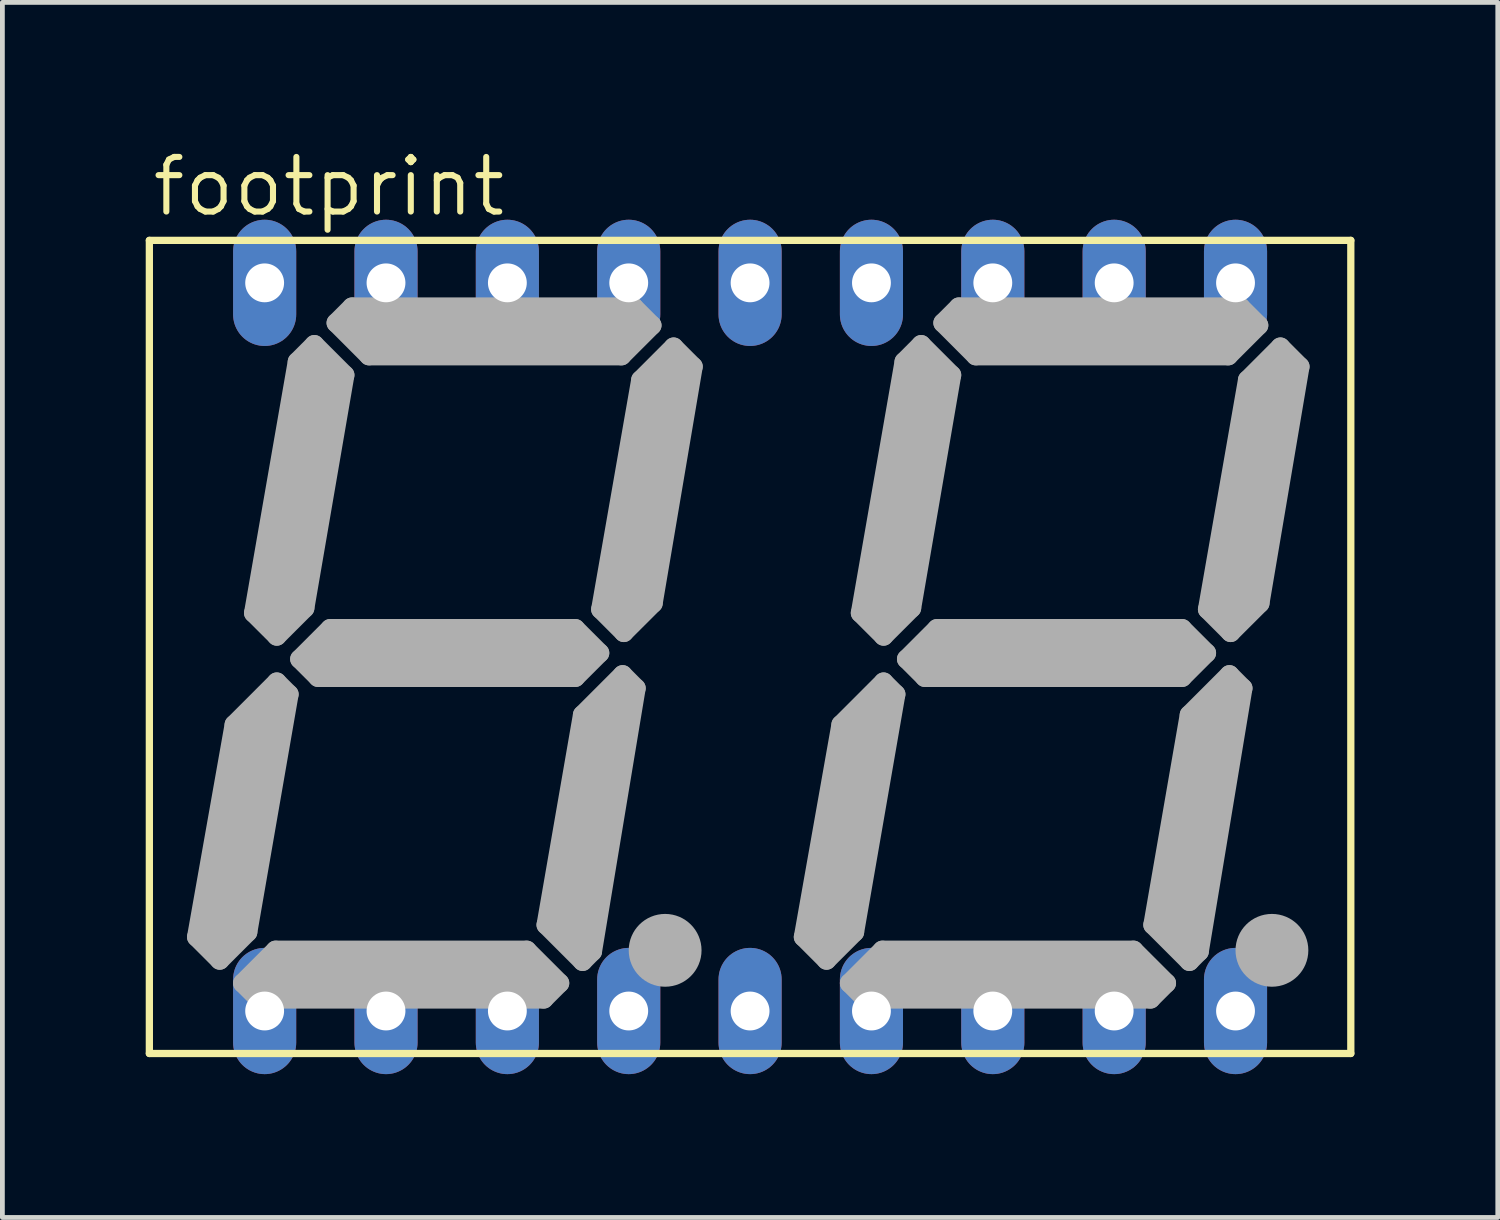
<source format=kicad_pcb>
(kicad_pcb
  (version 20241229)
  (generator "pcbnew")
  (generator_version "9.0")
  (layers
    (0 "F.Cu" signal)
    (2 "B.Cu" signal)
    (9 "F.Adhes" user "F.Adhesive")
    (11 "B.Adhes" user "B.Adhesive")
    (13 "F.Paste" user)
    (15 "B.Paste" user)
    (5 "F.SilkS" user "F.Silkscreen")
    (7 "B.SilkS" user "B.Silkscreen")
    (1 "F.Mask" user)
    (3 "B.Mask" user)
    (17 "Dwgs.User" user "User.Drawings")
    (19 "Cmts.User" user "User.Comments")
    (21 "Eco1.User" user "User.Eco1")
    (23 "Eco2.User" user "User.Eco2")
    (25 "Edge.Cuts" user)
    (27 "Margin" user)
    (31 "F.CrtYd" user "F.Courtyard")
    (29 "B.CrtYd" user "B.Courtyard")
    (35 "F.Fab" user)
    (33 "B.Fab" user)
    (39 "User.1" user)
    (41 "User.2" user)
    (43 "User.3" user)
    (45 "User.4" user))
  (footprint "footprint"
    (layer "F.Cu")
    (at 12.649 10.49)
    (property "Reference" "footprint" (at -12.573 -8.966 0) (layer "F.SilkS") (effects (font (size 1.143 1.143) (thickness 0.127)) (justify left bottom)))
    (fp_line (start -12.573 -8.509) (end -12.573 8.509) (stroke (width 0.152) (type solid)) (layer "F.SilkS"))
    (fp_line (start -12.573 -8.509) (end 12.573 -8.509) (stroke (width 0.152) (type solid)) (layer "F.SilkS"))
    (fp_line (start 12.573 8.509) (end -12.573 8.509) (stroke (width 0.152) (type solid)) (layer "F.SilkS"))
    (fp_line (start 12.573 8.509) (end 12.573 -8.509) (stroke (width 0.152) (type solid)) (layer "F.SilkS"))
    (fp_line (start -11.582 6.071) (end -11.1 6.553) (stroke (width 0.406) (type solid)) (layer "F.Fab"))
    (fp_line (start -11.1 6.553) (end -10.516 5.969) (stroke (width 0.406) (type solid)) (layer "F.Fab"))
    (fp_line (start -10.998 5.944) (end -10.135 1.295) (stroke (width 0.813) (type solid)) (layer "F.Fab"))
    (fp_line (start -10.795 1.626) (end -11.582 6.071) (stroke (width 0.406) (type solid)) (layer "F.Fab"))
    (fp_line (start -10.617 7.036) (end -9.931 6.35) (stroke (width 0.406) (type solid)) (layer "F.Fab"))
    (fp_line (start -10.516 5.969) (end -9.652 0.991) (stroke (width 0.406) (type solid)) (layer "F.Fab"))
    (fp_line (start -10.389 -0.711) (end -9.474 -5.969) (stroke (width 0.406) (type solid)) (layer "F.Fab"))
    (fp_line (start -10.287 7.366) (end -10.617 7.036) (stroke (width 0.406) (type solid)) (layer "F.Fab"))
    (fp_line (start -9.931 6.35) (end -4.674 6.35) (stroke (width 0.406) (type solid)) (layer "F.Fab"))
    (fp_line (start -9.906 -0.229) (end -10.389 -0.711) (stroke (width 0.406) (type solid)) (layer "F.Fab"))
    (fp_line (start -9.906 0.737) (end -10.795 1.626) (stroke (width 0.406) (type solid)) (layer "F.Fab"))
    (fp_line (start -9.906 0.737) (end -9.652 0.991) (stroke (width 0.406) (type solid)) (layer "F.Fab"))
    (fp_line (start -9.881 -0.838) (end -9.017 -5.715) (stroke (width 0.813) (type solid)) (layer "F.Fab"))
    (fp_line (start -9.474 -5.969) (end -9.119 -6.325) (stroke (width 0.406) (type solid)) (layer "F.Fab"))
    (fp_line (start -9.423 0.254) (end -8.788 -0.381) (stroke (width 0.406) (type solid)) (layer "F.Fab"))
    (fp_line (start -9.322 -0.813) (end -9.906 -0.229) (stroke (width 0.406) (type solid)) (layer "F.Fab"))
    (fp_line (start -9.119 -6.325) (end -8.484 -5.69) (stroke (width 0.406) (type solid)) (layer "F.Fab"))
    (fp_line (start -9.042 0.635) (end -9.423 0.254) (stroke (width 0.406) (type solid)) (layer "F.Fab"))
    (fp_line (start -8.788 -0.381) (end -3.658 -0.381) (stroke (width 0.406) (type solid)) (layer "F.Fab"))
    (fp_line (start -8.661 -6.782) (end -8.331 -7.112) (stroke (width 0.406) (type solid)) (layer "F.Fab"))
    (fp_line (start -8.484 -5.69) (end -9.322 -0.813) (stroke (width 0.406) (type solid)) (layer "F.Fab"))
    (fp_line (start -8.331 -7.112) (end -2.438 -7.112) (stroke (width 0.406) (type solid)) (layer "F.Fab"))
    (fp_line (start -8.103 -6.604) (end -2.54 -6.604) (stroke (width 0.813) (type solid)) (layer "F.Fab"))
    (fp_line (start -7.976 -6.096) (end -8.661 -6.782) (stroke (width 0.406) (type solid)) (layer "F.Fab"))
    (fp_line (start -4.674 6.35) (end -3.988 7.036) (stroke (width 0.406) (type solid)) (layer "F.Fab"))
    (fp_line (start -4.572 6.858) (end -10.033 6.858) (stroke (width 0.813) (type solid)) (layer "F.Fab"))
    (fp_line (start -4.318 7.366) (end -10.287 7.366) (stroke (width 0.406) (type solid)) (layer "F.Fab"))
    (fp_line (start -4.267 5.817) (end -3.505 6.579) (stroke (width 0.406) (type solid)) (layer "F.Fab"))
    (fp_line (start -3.988 7.036) (end -4.318 7.366) (stroke (width 0.406) (type solid)) (layer "F.Fab"))
    (fp_line (start -3.683 0.127) (end -8.865 0.127) (stroke (width 0.813) (type solid)) (layer "F.Fab"))
    (fp_line (start -3.658 -0.381) (end -3.15 0.127) (stroke (width 0.406) (type solid)) (layer "F.Fab"))
    (fp_line (start -3.658 0.635) (end -9.042 0.635) (stroke (width 0.406) (type solid)) (layer "F.Fab"))
    (fp_line (start -3.505 1.422) (end -4.267 5.817) (stroke (width 0.406) (type solid)) (layer "F.Fab"))
    (fp_line (start -3.505 6.579) (end -3.302 6.375) (stroke (width 0.406) (type solid)) (layer "F.Fab"))
    (fp_line (start -3.302 6.375) (end -2.388 0.864) (stroke (width 0.406) (type solid)) (layer "F.Fab"))
    (fp_line (start -3.15 0.127) (end -3.658 0.635) (stroke (width 0.406) (type solid)) (layer "F.Fab"))
    (fp_line (start -3.124 -0.787) (end -2.642 -0.305) (stroke (width 0.406) (type solid)) (layer "F.Fab"))
    (fp_line (start -2.87 1.168) (end -3.708 5.994) (stroke (width 0.813) (type solid)) (layer "F.Fab"))
    (fp_line (start -2.692 -6.096) (end -7.976 -6.096) (stroke (width 0.406) (type solid)) (layer "F.Fab"))
    (fp_line (start -2.667 0.584) (end -3.505 1.422) (stroke (width 0.406) (type solid)) (layer "F.Fab"))
    (fp_line (start -2.642 -0.305) (end -2.032 -0.914) (stroke (width 0.406) (type solid)) (layer "F.Fab"))
    (fp_line (start -2.438 -7.112) (end -2.057 -6.731) (stroke (width 0.406) (type solid)) (layer "F.Fab"))
    (fp_line (start -2.388 0.864) (end -2.667 0.584) (stroke (width 0.406) (type solid)) (layer "F.Fab"))
    (fp_line (start -2.286 -5.588) (end -3.124 -0.787) (stroke (width 0.406) (type solid)) (layer "F.Fab"))
    (fp_line (start -2.057 -6.731) (end -2.692 -6.096) (stroke (width 0.406) (type solid)) (layer "F.Fab"))
    (fp_line (start -2.032 -0.914) (end -1.194 -5.867) (stroke (width 0.406) (type solid)) (layer "F.Fab"))
    (fp_line (start -1.88 6.35) (end -1.702 6.35) (stroke (width 0.305) (type solid)) (layer "F.Fab"))
    (fp_line (start -1.778 -5.766) (end -2.591 -0.914) (stroke (width 0.813) (type solid)) (layer "F.Fab"))
    (fp_line (start -1.6 -6.274) (end -2.286 -5.588) (stroke (width 0.406) (type solid)) (layer "F.Fab"))
    (fp_line (start -1.194 -5.867) (end -1.6 -6.274) (stroke (width 0.406) (type solid)) (layer "F.Fab"))
    (fp_line (start 1.118 6.071) (end 1.6 6.553) (stroke (width 0.406) (type solid)) (layer "F.Fab"))
    (fp_line (start 1.6 6.553) (end 2.184 5.969) (stroke (width 0.406) (type solid)) (layer "F.Fab"))
    (fp_line (start 1.702 5.944) (end 2.565 1.295) (stroke (width 0.813) (type solid)) (layer "F.Fab"))
    (fp_line (start 1.905 1.626) (end 1.118 6.071) (stroke (width 0.406) (type solid)) (layer "F.Fab"))
    (fp_line (start 2.083 7.036) (end 2.769 6.35) (stroke (width 0.406) (type solid)) (layer "F.Fab"))
    (fp_line (start 2.184 5.969) (end 3.048 0.991) (stroke (width 0.406) (type solid)) (layer "F.Fab"))
    (fp_line (start 2.311 -0.711) (end 3.226 -5.969) (stroke (width 0.406) (type solid)) (layer "F.Fab"))
    (fp_line (start 2.413 7.366) (end 2.083 7.036) (stroke (width 0.406) (type solid)) (layer "F.Fab"))
    (fp_line (start 2.769 6.35) (end 8.026 6.35) (stroke (width 0.406) (type solid)) (layer "F.Fab"))
    (fp_line (start 2.794 -0.229) (end 2.311 -0.711) (stroke (width 0.406) (type solid)) (layer "F.Fab"))
    (fp_line (start 2.794 0.737) (end 1.905 1.626) (stroke (width 0.406) (type solid)) (layer "F.Fab"))
    (fp_line (start 2.794 0.737) (end 3.048 0.991) (stroke (width 0.406) (type solid)) (layer "F.Fab"))
    (fp_line (start 2.819 -0.838) (end 3.683 -5.715) (stroke (width 0.813) (type solid)) (layer "F.Fab"))
    (fp_line (start 3.226 -5.969) (end 3.581 -6.325) (stroke (width 0.406) (type solid)) (layer "F.Fab"))
    (fp_line (start 3.277 0.254) (end 3.912 -0.381) (stroke (width 0.406) (type solid)) (layer "F.Fab"))
    (fp_line (start 3.378 -0.813) (end 2.794 -0.229) (stroke (width 0.406) (type solid)) (layer "F.Fab"))
    (fp_line (start 3.581 -6.325) (end 4.216 -5.69) (stroke (width 0.406) (type solid)) (layer "F.Fab"))
    (fp_line (start 3.658 0.635) (end 3.277 0.254) (stroke (width 0.406) (type solid)) (layer "F.Fab"))
    (fp_line (start 3.912 -0.381) (end 9.042 -0.381) (stroke (width 0.406) (type solid)) (layer "F.Fab"))
    (fp_line (start 4.039 -6.782) (end 4.369 -7.112) (stroke (width 0.406) (type solid)) (layer "F.Fab"))
    (fp_line (start 4.216 -5.69) (end 3.378 -0.813) (stroke (width 0.406) (type solid)) (layer "F.Fab"))
    (fp_line (start 4.369 -7.112) (end 10.262 -7.112) (stroke (width 0.406) (type solid)) (layer "F.Fab"))
    (fp_line (start 4.597 -6.604) (end 10.16 -6.604) (stroke (width 0.813) (type solid)) (layer "F.Fab"))
    (fp_line (start 4.724 -6.096) (end 4.039 -6.782) (stroke (width 0.406) (type solid)) (layer "F.Fab"))
    (fp_line (start 8.026 6.35) (end 8.712 7.036) (stroke (width 0.406) (type solid)) (layer "F.Fab"))
    (fp_line (start 8.128 6.858) (end 2.667 6.858) (stroke (width 0.813) (type solid)) (layer "F.Fab"))
    (fp_line (start 8.382 7.366) (end 2.413 7.366) (stroke (width 0.406) (type solid)) (layer "F.Fab"))
    (fp_line (start 8.433 5.817) (end 9.195 6.579) (stroke (width 0.406) (type solid)) (layer "F.Fab"))
    (fp_line (start 8.712 7.036) (end 8.382 7.366) (stroke (width 0.406) (type solid)) (layer "F.Fab"))
    (fp_line (start 9.017 0.127) (end 3.835 0.127) (stroke (width 0.813) (type solid)) (layer "F.Fab"))
    (fp_line (start 9.042 -0.381) (end 9.55 0.127) (stroke (width 0.406) (type solid)) (layer "F.Fab"))
    (fp_line (start 9.042 0.635) (end 3.658 0.635) (stroke (width 0.406) (type solid)) (layer "F.Fab"))
    (fp_line (start 9.195 1.422) (end 8.433 5.817) (stroke (width 0.406) (type solid)) (layer "F.Fab"))
    (fp_line (start 9.195 6.579) (end 9.398 6.375) (stroke (width 0.406) (type solid)) (layer "F.Fab"))
    (fp_line (start 9.398 6.375) (end 10.312 0.864) (stroke (width 0.406) (type solid)) (layer "F.Fab"))
    (fp_line (start 9.55 0.127) (end 9.042 0.635) (stroke (width 0.406) (type solid)) (layer "F.Fab"))
    (fp_line (start 9.576 -0.787) (end 10.058 -0.305) (stroke (width 0.406) (type solid)) (layer "F.Fab"))
    (fp_line (start 9.83 1.168) (end 8.992 5.994) (stroke (width 0.813) (type solid)) (layer "F.Fab"))
    (fp_line (start 10.008 -6.096) (end 4.724 -6.096) (stroke (width 0.406) (type solid)) (layer "F.Fab"))
    (fp_line (start 10.033 0.584) (end 9.195 1.422) (stroke (width 0.406) (type solid)) (layer "F.Fab"))
    (fp_line (start 10.058 -0.305) (end 10.668 -0.914) (stroke (width 0.406) (type solid)) (layer "F.Fab"))
    (fp_line (start 10.262 -7.112) (end 10.643 -6.731) (stroke (width 0.406) (type solid)) (layer "F.Fab"))
    (fp_line (start 10.312 0.864) (end 10.033 0.584) (stroke (width 0.406) (type solid)) (layer "F.Fab"))
    (fp_line (start 10.414 -5.588) (end 9.576 -0.787) (stroke (width 0.406) (type solid)) (layer "F.Fab"))
    (fp_line (start 10.643 -6.731) (end 10.008 -6.096) (stroke (width 0.406) (type solid)) (layer "F.Fab"))
    (fp_line (start 10.668 -0.914) (end 11.506 -5.867) (stroke (width 0.406) (type solid)) (layer "F.Fab"))
    (fp_line (start 10.82 6.35) (end 10.998 6.35) (stroke (width 0.305) (type solid)) (layer "F.Fab"))
    (fp_line (start 10.922 -5.766) (end 10.109 -0.914) (stroke (width 0.813) (type solid)) (layer "F.Fab"))
    (fp_line (start 11.1 -6.274) (end 10.414 -5.588) (stroke (width 0.406) (type solid)) (layer "F.Fab"))
    (fp_line (start 11.506 -5.867) (end 11.1 -6.274) (stroke (width 0.406) (type solid)) (layer "F.Fab"))
    (fp_circle (center -1.778 6.35) (end -1.397 6.35) (stroke (width 0.762) (type solid)) (fill no) (layer "F.Fab"))
    (fp_circle (center 10.922 6.35) (end 11.303 6.35) (stroke (width 0.762) (type solid)) (fill no) (layer "F.Fab"))
    (pad "1" thru_hole oval (at -10.16 7.62 90) (size 2.642 1.321) (drill 0.813) (layers "*.Cu" "*.Mask"))
    (pad "2" thru_hole oval (at -7.62 7.62 90) (size 2.642 1.321) (drill 0.813) (layers "*.Cu" "*.Mask"))
    (pad "3" thru_hole oval (at -5.08 7.62 90) (size 2.642 1.321) (drill 0.813) (layers "*.Cu" "*.Mask"))
    (pad "4" thru_hole oval (at -2.54 7.62 90) (size 2.642 1.321) (drill 0.813) (layers "*.Cu" "*.Mask"))
    (pad "5" thru_hole oval (at 0 7.62 90) (size 2.642 1.321) (drill 0.813) (layers "*.Cu" "*.Mask"))
    (pad "6" thru_hole oval (at 2.54 7.62 90) (size 2.642 1.321) (drill 0.813) (layers "*.Cu" "*.Mask"))
    (pad "7" thru_hole oval (at 5.08 7.62 90) (size 2.642 1.321) (drill 0.813) (layers "*.Cu" "*.Mask"))
    (pad "8" thru_hole oval (at 7.62 7.62 90) (size 2.642 1.321) (drill 0.813) (layers "*.Cu" "*.Mask"))
    (pad "9" thru_hole oval (at 10.16 7.62 90) (size 2.642 1.321) (drill 0.813) (layers "*.Cu" "*.Mask"))
    (pad "10" thru_hole oval (at 10.16 -7.62 90) (size 2.642 1.321) (drill 0.813) (layers "*.Cu" "*.Mask"))
    (pad "11" thru_hole oval (at 7.62 -7.62 90) (size 2.642 1.321) (drill 0.813) (layers "*.Cu" "*.Mask"))
    (pad "12" thru_hole oval (at 5.08 -7.62 90) (size 2.642 1.321) (drill 0.813) (layers "*.Cu" "*.Mask"))
    (pad "13" thru_hole oval (at 2.54 -7.62 90) (size 2.642 1.321) (drill 0.813) (layers "*.Cu" "*.Mask"))
    (pad "14" thru_hole oval (at 0 -7.62 90) (size 2.642 1.321) (drill 0.813) (layers "*.Cu" "*.Mask"))
    (pad "15" thru_hole oval (at -2.54 -7.62 90) (size 2.642 1.321) (drill 0.813) (layers "*.Cu" "*.Mask"))
    (pad "16" thru_hole oval (at -5.08 -7.62 90) (size 2.642 1.321) (drill 0.813) (layers "*.Cu" "*.Mask"))
    (pad "17" thru_hole oval (at -7.62 -7.62 90) (size 2.642 1.321) (drill 0.813) (layers "*.Cu" "*.Mask"))
    (pad "18" thru_hole oval (at -10.16 -7.62 90) (size 2.642 1.321) (drill 0.813) (layers "*.Cu" "*.Mask")))
  (gr_rect
    (start -3 -3)
    (end 28.298 22.431)
    (stroke (width 0.1) (type default))
    (fill no)
    (layer "Edge.Cuts")))
</source>
